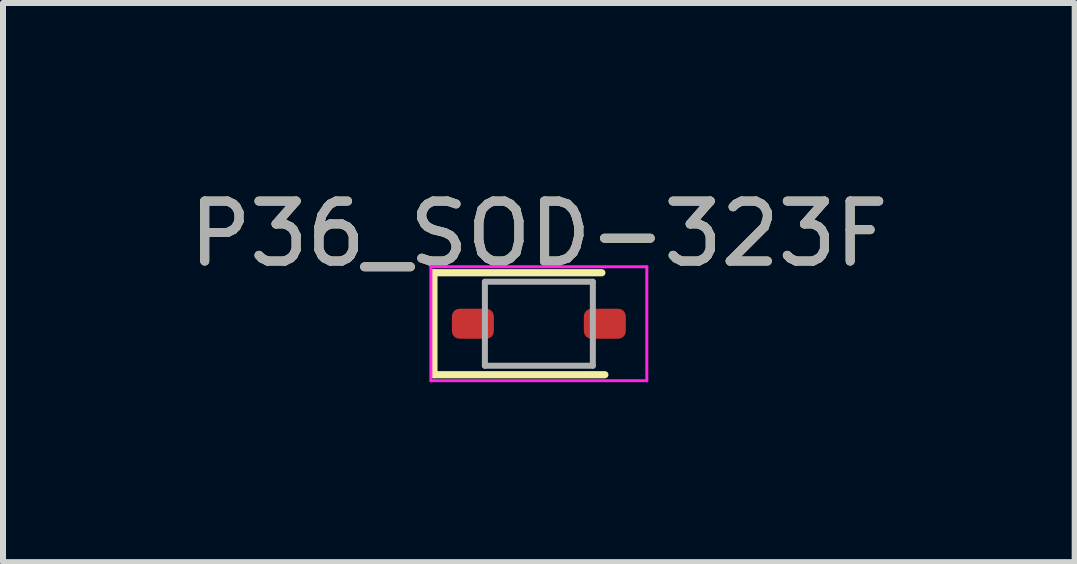
<source format=kicad_pcb>
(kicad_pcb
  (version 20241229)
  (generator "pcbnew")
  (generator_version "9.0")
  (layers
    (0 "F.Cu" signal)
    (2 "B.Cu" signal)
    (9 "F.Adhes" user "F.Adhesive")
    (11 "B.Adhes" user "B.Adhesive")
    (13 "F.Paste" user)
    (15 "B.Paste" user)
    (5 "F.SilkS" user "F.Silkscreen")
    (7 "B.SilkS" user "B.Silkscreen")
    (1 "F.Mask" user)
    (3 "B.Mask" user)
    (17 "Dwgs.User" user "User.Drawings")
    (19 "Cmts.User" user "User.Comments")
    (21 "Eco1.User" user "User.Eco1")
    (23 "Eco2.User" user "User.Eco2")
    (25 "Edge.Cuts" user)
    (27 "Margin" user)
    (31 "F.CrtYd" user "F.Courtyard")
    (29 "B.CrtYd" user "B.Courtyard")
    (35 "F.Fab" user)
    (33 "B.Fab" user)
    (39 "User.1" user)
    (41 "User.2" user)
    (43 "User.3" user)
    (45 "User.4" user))
  (footprint "P36_SOD-323F"
    (layer "F.Cu")
    (at 4.835 2.348)
    (property "Reference" "P36_SOD-323F" (at 1.1 -1.5 0) (layer "F.SilkS") (effects (font (size 1 1) (thickness 0.15))))
    (attr smd)
    (fp_line (start -0.65 -0.85) (end -0.65 0.85) (stroke (width 0.12) (type solid)) (layer "F.SilkS"))
    (fp_line (start -0.65 -0.85) (end 2.15 -0.85) (stroke (width 0.12) (type solid)) (layer "F.SilkS"))
    (fp_line (start -0.65 0.85) (end 2.2 0.85) (stroke (width 0.12) (type solid)) (layer "F.SilkS"))
    (fp_line (start -0.7 -0.95) (end -0.7 0.95) (stroke (width 0.05) (type solid)) (layer "F.CrtYd"))
    (fp_line (start -0.7 -0.95) (end 2.9 -0.95) (stroke (width 0.05) (type solid)) (layer "F.CrtYd"))
    (fp_line (start -0.7 0.95) (end 2.9 0.95) (stroke (width 0.05) (type solid)) (layer "F.CrtYd"))
    (fp_line (start 2.9 -0.95) (end 2.9 0.95) (stroke (width 0.05) (type solid)) (layer "F.CrtYd"))
    (fp_line (start 0.2 -0.7) (end 2 -0.7) (stroke (width 0.1) (type solid)) (layer "F.Fab"))
    (fp_line (start 0.2 0.7) (end 0.2 -0.7) (stroke (width 0.1) (type solid)) (layer "F.Fab"))
    (fp_line (start 2 -0.7) (end 2 0.7) (stroke (width 0.1) (type solid)) (layer "F.Fab"))
    (fp_line (start 2 0.7) (end 0.2 0.7) (stroke (width 0.1) (type solid)) (layer "F.Fab"))
    (fp_text user "${REFERENCE}" (at 1.1 -1.5 0) (layer "F.Fab") (effects (font (size 1 1) (thickness 0.15))))
    (pad "1" smd roundrect (at 0 0) (size 0.7 0.5) (layers "F.Cu" "F.Mask" "F.Paste") (roundrect_rratio 0.25))
    (pad "2" smd roundrect (at 2.2 0) (size 0.7 0.5) (layers "F.Cu" "F.Mask" "F.Paste") (roundrect_rratio 0.25)))
  (gr_rect
    (start -3 -3)
    (end 14.869 6.323)
    (stroke (width 0.1) (type default))
    (fill no)
    (layer "Edge.Cuts")))
</source>
